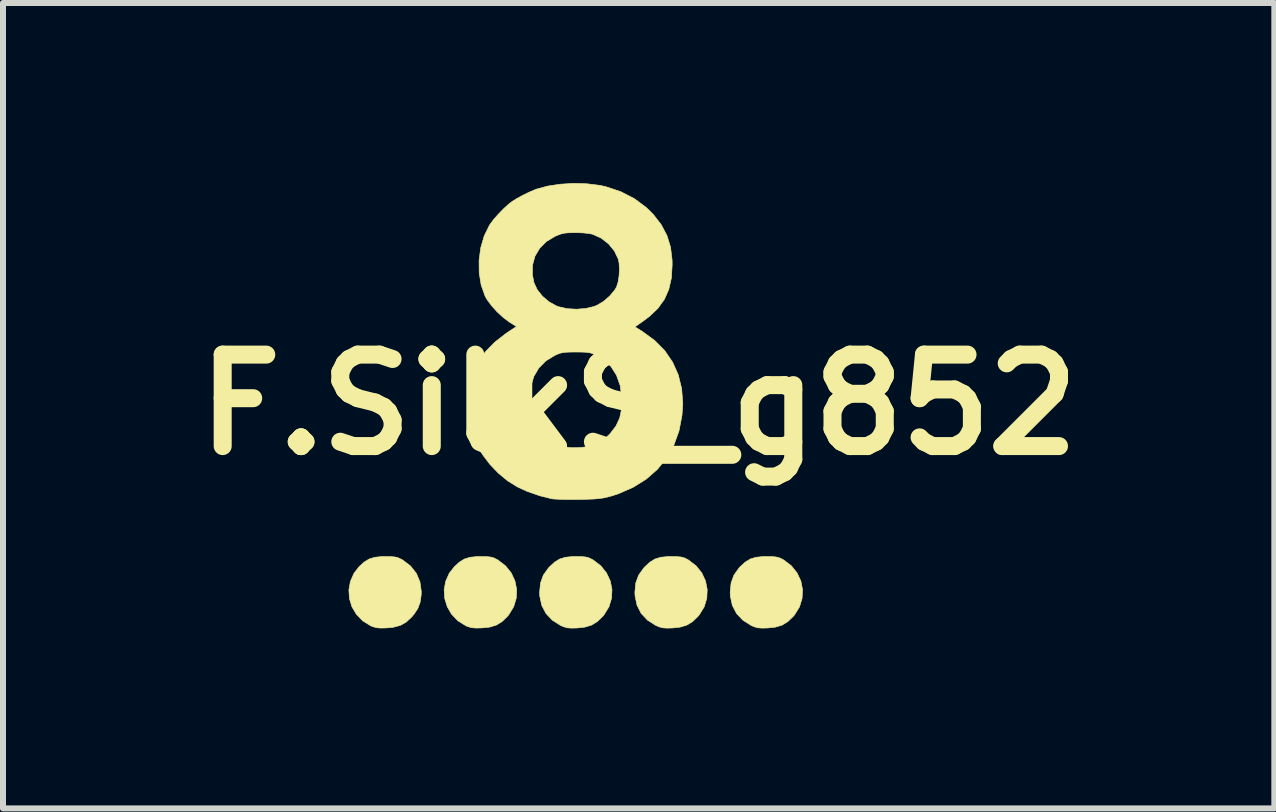
<source format=kicad_pcb>
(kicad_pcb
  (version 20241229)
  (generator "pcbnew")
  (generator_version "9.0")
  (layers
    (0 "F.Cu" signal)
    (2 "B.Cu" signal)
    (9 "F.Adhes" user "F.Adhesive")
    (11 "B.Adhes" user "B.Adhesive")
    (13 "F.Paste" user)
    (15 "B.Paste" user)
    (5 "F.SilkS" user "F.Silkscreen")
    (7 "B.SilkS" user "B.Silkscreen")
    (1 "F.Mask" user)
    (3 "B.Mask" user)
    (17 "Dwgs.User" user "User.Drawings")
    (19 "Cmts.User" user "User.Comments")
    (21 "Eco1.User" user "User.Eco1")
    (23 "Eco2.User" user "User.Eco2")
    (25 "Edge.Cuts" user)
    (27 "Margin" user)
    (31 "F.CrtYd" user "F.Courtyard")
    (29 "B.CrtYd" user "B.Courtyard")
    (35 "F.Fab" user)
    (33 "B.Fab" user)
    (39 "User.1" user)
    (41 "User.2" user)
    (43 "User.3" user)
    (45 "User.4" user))
  (footprint "F.SilkS_g852"
    (layer "F.Cu")
    (at 7.591 3.693)
    (property "Reference" "F.SilkS_g852" (at 0 0 0) (layer "F.SilkS") (effects (font (size 1.524 1.524) (thickness 0.3))))
    (attr through_hole)
    (fp_poly (pts (xy -2.539 2.531) (xy -2.472 2.537) (xy -2.42 2.55) (xy -2.37 2.574) (xy -2.346 2.587) (xy -2.219 2.684) (xy -2.123 2.803) (xy -2.061 2.937) (xy -2.033 3.079) (xy -2.04 3.225) (xy -2.083 3.367) (xy -2.164 3.499) (xy -2.184 3.524) (xy -2.276 3.613) (xy -2.372 3.672) (xy -2.485 3.706) (xy -2.614 3.719) (xy -2.711 3.721) (xy -2.782 3.715) (xy -2.842 3.698) (xy -2.879 3.683) (xy -3.012 3.6) (xy -3.116 3.492) (xy -3.189 3.367) (xy -3.231 3.229) (xy -3.241 3.086) (xy -3.216 2.944) (xy -3.156 2.809) (xy -3.073 2.702) (xy -2.987 2.623) (xy -2.903 2.571) (xy -2.809 2.542) (xy -2.69 2.53) (xy -2.635 2.53) (xy -2.539 2.531)) (stroke (width 0.01) (type solid)) (fill yes) (layer "F.SilkS"))
    (fp_poly (pts (xy -4.127 2.531) (xy -4.059 2.537) (xy -4.008 2.55) (xy -3.958 2.574) (xy -3.933 2.587) (xy -3.801 2.687) (xy -3.704 2.81) (xy -3.644 2.952) (xy -3.622 3.111) (xy -3.624 3.173) (xy -3.642 3.294) (xy -3.679 3.394) (xy -3.743 3.49) (xy -3.783 3.538) (xy -3.874 3.622) (xy -3.972 3.677) (xy -4.088 3.708) (xy -4.202 3.719) (xy -4.299 3.721) (xy -4.37 3.715) (xy -4.429 3.698) (xy -4.466 3.683) (xy -4.599 3.6) (xy -4.703 3.492) (xy -4.777 3.367) (xy -4.819 3.229) (xy -4.828 3.086) (xy -4.803 2.944) (xy -4.743 2.809) (xy -4.661 2.702) (xy -4.575 2.623) (xy -4.491 2.571) (xy -4.396 2.542) (xy -4.278 2.53) (xy -4.223 2.53) (xy -4.127 2.531)) (stroke (width 0.01) (type solid)) (fill yes) (layer "F.SilkS"))
    (fp_poly (pts (xy -0.952 2.531) (xy -0.884 2.537) (xy -0.833 2.55) (xy -0.783 2.574) (xy -0.758 2.587) (xy -0.631 2.684) (xy -0.536 2.803) (xy -0.473 2.937) (xy -0.445 3.079) (xy -0.452 3.225) (xy -0.495 3.367) (xy -0.576 3.499) (xy -0.597 3.524) (xy -0.689 3.613) (xy -0.785 3.672) (xy -0.898 3.706) (xy -1.027 3.72) (xy -1.12 3.722) (xy -1.188 3.717) (xy -1.246 3.701) (xy -1.302 3.677) (xy -1.44 3.589) (xy -1.545 3.477) (xy -1.615 3.342) (xy -1.648 3.186) (xy -1.65 3.122) (xy -1.635 2.97) (xy -1.588 2.84) (xy -1.505 2.723) (xy -1.486 2.702) (xy -1.4 2.623) (xy -1.316 2.571) (xy -1.221 2.542) (xy -1.103 2.53) (xy -1.048 2.53) (xy -0.952 2.531)) (stroke (width 0.01) (type solid)) (fill yes) (layer "F.SilkS"))
    (fp_poly (pts (xy 0.636 2.531) (xy 0.703 2.537) (xy 0.755 2.55) (xy 0.805 2.574) (xy 0.829 2.587) (xy 0.956 2.684) (xy 1.052 2.803) (xy 1.114 2.937) (xy 1.142 3.079) (xy 1.135 3.225) (xy 1.092 3.367) (xy 1.011 3.499) (xy 0.991 3.524) (xy 0.899 3.613) (xy 0.803 3.672) (xy 0.69 3.706) (xy 0.561 3.72) (xy 0.467 3.722) (xy 0.4 3.717) (xy 0.342 3.701) (xy 0.285 3.677) (xy 0.147 3.589) (xy 0.042 3.477) (xy -0.027 3.342) (xy -0.06 3.186) (xy -0.063 3.122) (xy -0.048 2.97) (xy -0.000322 2.84) (xy 0.083 2.723) (xy 0.102 2.702) (xy 0.188 2.623) (xy 0.272 2.571) (xy 0.366 2.542) (xy 0.485 2.53) (xy 0.54 2.53) (xy 0.636 2.531)) (stroke (width 0.01) (type solid)) (fill yes) (layer "F.SilkS"))
    (fp_poly (pts (xy 2.223 2.531) (xy 2.291 2.537) (xy 2.342 2.55) (xy 2.392 2.574) (xy 2.417 2.587) (xy 2.544 2.684) (xy 2.639 2.803) (xy 2.702 2.937) (xy 2.73 3.079) (xy 2.723 3.225) (xy 2.68 3.367) (xy 2.599 3.499) (xy 2.578 3.524) (xy 2.486 3.613) (xy 2.39 3.672) (xy 2.277 3.706) (xy 2.148 3.72) (xy 2.055 3.722) (xy 1.987 3.717) (xy 1.929 3.701) (xy 1.873 3.677) (xy 1.735 3.589) (xy 1.63 3.477) (xy 1.56 3.342) (xy 1.527 3.186) (xy 1.525 3.122) (xy 1.54 2.97) (xy 1.587 2.84) (xy 1.67 2.723) (xy 1.689 2.702) (xy 1.775 2.623) (xy 1.859 2.571) (xy 1.954 2.542) (xy 2.072 2.53) (xy 2.127 2.53) (xy 2.223 2.531)) (stroke (width 0.01) (type solid)) (fill yes) (layer "F.SilkS"))
    (fp_poly (pts (xy -0.86 -3.681) (xy -0.649 -3.655) (xy -0.548 -3.633) (xy -0.299 -3.55) (xy -0.075 -3.435) (xy 0.123 -3.289) (xy 0.243 -3.171) (xy 0.376 -2.999) (xy 0.471 -2.819) (xy 0.531 -2.625) (xy 0.557 -2.41) (xy 0.558 -2.328) (xy 0.545 -2.111) (xy 0.502 -1.922) (xy 0.429 -1.756) (xy 0.321 -1.606) (xy 0.176 -1.469) (xy 0.08 -1.397) (xy -0.062 -1.297) (xy 0.065 -1.218) (xy 0.267 -1.07) (xy 0.435 -0.9) (xy 0.566 -0.708) (xy 0.66 -0.497) (xy 0.716 -0.268) (xy 0.735 -0.022) (xy 0.722 0.176) (xy 0.672 0.436) (xy 0.586 0.674) (xy 0.466 0.888) (xy 0.312 1.077) (xy 0.126 1.24) (xy -0.092 1.376) (xy -0.339 1.484) (xy -0.438 1.516) (xy -0.514 1.537) (xy -0.584 1.553) (xy -0.657 1.563) (xy -0.743 1.571) (xy -0.853 1.575) (xy -0.984 1.578) (xy -1.112 1.579) (xy -1.233 1.578) (xy -1.337 1.575) (xy -1.415 1.571) (xy -1.447 1.567) (xy -1.652 1.516) (xy -1.863 1.442) (xy -2.021 1.369) (xy -2.181 1.27) (xy -2.337 1.141) (xy -2.478 0.994) (xy -2.597 0.837) (xy -2.664 0.72) (xy -2.708 0.622) (xy -2.748 0.521) (xy -2.778 0.434) (xy -2.784 0.413) (xy -2.82 0.204) (xy -2.831 -0.019) (xy -2.826 -0.101) (xy -1.818 -0.101) (xy -1.817 -0.02) (xy -1.811 0.082) (xy -1.802 0.157) (xy -1.786 0.218) (xy -1.759 0.283) (xy -1.735 0.33) (xy -1.637 0.478) (xy -1.515 0.592) (xy -1.368 0.672) (xy -1.353 0.678) (xy -1.239 0.706) (xy -1.102 0.717) (xy -0.958 0.713) (xy -0.821 0.693) (xy -0.707 0.659) (xy -0.704 0.657) (xy -0.596 0.593) (xy -0.486 0.494) (xy -0.476 0.483) (xy -0.379 0.357) (xy -0.316 0.222) (xy -0.284 0.07) (xy -0.28 -0.108) (xy -0.281 -0.124) (xy -0.309 -0.322) (xy -0.37 -0.493) (xy -0.462 -0.637) (xy -0.584 -0.752) (xy -0.694 -0.819) (xy -0.752 -0.846) (xy -0.804 -0.863) (xy -0.861 -0.873) (xy -0.936 -0.877) (xy -1.04 -0.878) (xy -1.048 -0.878) (xy -1.155 -0.877) (xy -1.232 -0.873) (xy -1.291 -0.863) (xy -1.343 -0.846) (xy -1.397 -0.822) (xy -1.547 -0.73) (xy -1.664 -0.612) (xy -1.748 -0.468) (xy -1.799 -0.298) (xy -1.818 -0.101) (xy -2.826 -0.101) (xy -2.817 -0.243) (xy -2.777 -0.454) (xy -2.75 -0.545) (xy -2.669 -0.718) (xy -2.55 -0.886) (xy -2.395 -1.044) (xy -2.208 -1.189) (xy -2.183 -1.206) (xy -2.036 -1.303) (xy -2.153 -1.376) (xy -2.253 -1.451) (xy -2.356 -1.545) (xy -2.45 -1.649) (xy -2.525 -1.75) (xy -2.559 -1.81) (xy -2.624 -1.994) (xy -2.652 -2.165) (xy -1.771 -2.165) (xy -1.744 -2.032) (xy -1.69 -1.916) (xy -1.603 -1.807) (xy -1.493 -1.714) (xy -1.369 -1.645) (xy -1.332 -1.632) (xy -1.19 -1.6) (xy -1.034 -1.591) (xy -0.879 -1.604) (xy -0.741 -1.637) (xy -0.697 -1.655) (xy -0.584 -1.722) (xy -0.48 -1.813) (xy -0.397 -1.913) (xy -0.368 -1.963) (xy -0.342 -2.045) (xy -0.326 -2.151) (xy -0.32 -2.264) (xy -0.327 -2.367) (xy -0.34 -2.427) (xy -0.404 -2.561) (xy -0.502 -2.68) (xy -0.625 -2.776) (xy -0.764 -2.839) (xy -0.771 -2.841) (xy -0.832 -2.853) (xy -0.919 -2.862) (xy -1.018 -2.867) (xy -1.058 -2.867) (xy -1.16 -2.865) (xy -1.235 -2.859) (xy -1.298 -2.844) (xy -1.363 -2.819) (xy -1.393 -2.806) (xy -1.538 -2.719) (xy -1.65 -2.606) (xy -1.728 -2.474) (xy -1.769 -2.325) (xy -1.771 -2.165) (xy -2.652 -2.165) (xy -2.657 -2.196) (xy -2.659 -2.407) (xy -2.631 -2.615) (xy -2.573 -2.813) (xy -2.486 -2.99) (xy -2.478 -3.003) (xy -2.421 -3.08) (xy -2.342 -3.17) (xy -2.254 -3.261) (xy -2.168 -3.34) (xy -2.104 -3.389) (xy -2.027 -3.437) (xy -1.927 -3.491) (xy -1.822 -3.542) (xy -1.729 -3.582) (xy -1.705 -3.591) (xy -1.519 -3.642) (xy -1.308 -3.674) (xy -1.084 -3.688) (xy -0.86 -3.681)) (stroke (width 0.01) (type solid)) (fill yes) (layer "F.SilkS")))
  (gr_rect
    (start -3 -3)
    (end 18.182 10.419)
    (stroke (width 0.1) (type default))
    (fill no)
    (layer "Edge.Cuts")))
</source>
